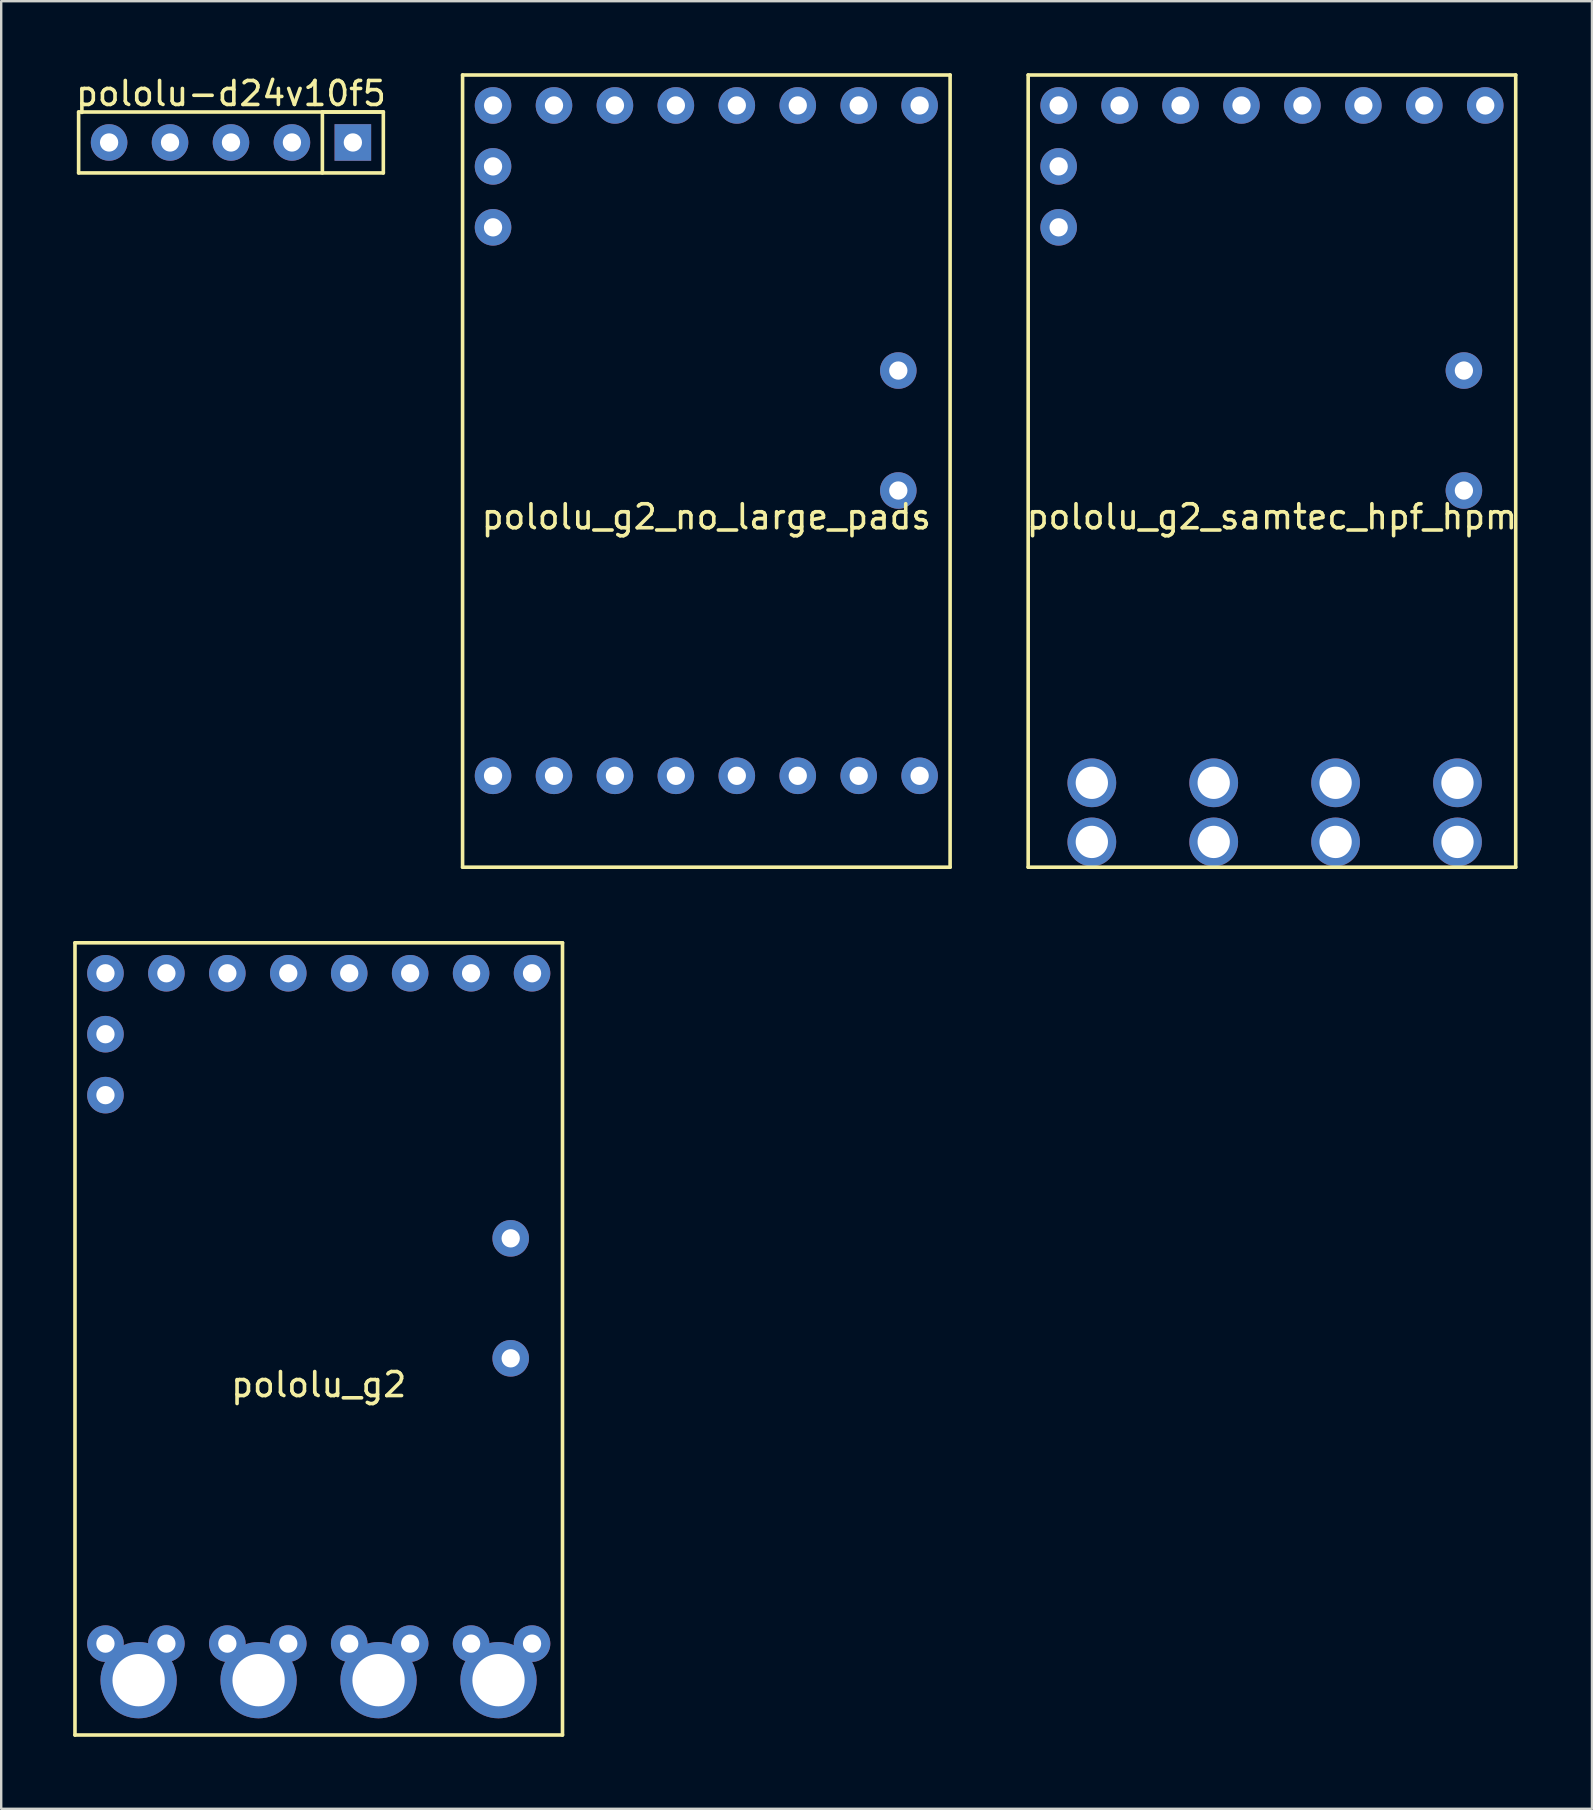
<source format=kicad_pcb>
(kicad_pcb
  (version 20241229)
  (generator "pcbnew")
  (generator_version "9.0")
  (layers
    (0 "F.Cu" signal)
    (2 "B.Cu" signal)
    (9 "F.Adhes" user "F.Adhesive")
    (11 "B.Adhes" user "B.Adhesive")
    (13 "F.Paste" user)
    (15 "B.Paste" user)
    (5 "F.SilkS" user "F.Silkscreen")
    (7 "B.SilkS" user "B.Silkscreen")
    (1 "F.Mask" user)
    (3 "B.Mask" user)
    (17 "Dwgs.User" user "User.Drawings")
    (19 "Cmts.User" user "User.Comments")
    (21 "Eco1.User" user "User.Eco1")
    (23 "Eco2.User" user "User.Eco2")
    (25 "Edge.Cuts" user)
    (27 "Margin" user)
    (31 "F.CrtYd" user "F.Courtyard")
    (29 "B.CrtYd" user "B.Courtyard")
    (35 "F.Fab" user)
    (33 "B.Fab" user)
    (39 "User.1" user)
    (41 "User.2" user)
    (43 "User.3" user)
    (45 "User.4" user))
  (footprint "pololu_g2_samtec_hpf_hpm"
    (layer "F.Cu")
    (at 49.595 17.229)
    (property "Reference" "pololu_g2_samtec_hpf_hpm" (at 0.369 1.261 0) (layer "F.SilkS") (effects (font (size 1 1) (thickness 0.15))))
    (attr through_hole)
    (fp_line (start -9.791 -17.154) (end -9.791 15.866) (stroke (width 0.15) (type solid)) (layer "F.SilkS"))
    (fp_line (start -9.791 15.866) (end 10.529 15.866) (stroke (width 0.15) (type solid)) (layer "F.SilkS"))
    (fp_line (start 10.529 -17.154) (end -9.791 -17.154) (stroke (width 0.15) (type solid)) (layer "F.SilkS"))
    (fp_line (start 10.529 15.866) (end 10.529 -17.154) (stroke (width 0.15) (type solid)) (layer "F.SilkS"))
    (pad "1" thru_hole circle (at 9.259 -15.884) (size 1.524 1.524) (drill 0.762) (layers "*.Cu" "*.Mask"))
    (pad "2" thru_hole circle (at 6.719 -15.884) (size 1.524 1.524) (drill 0.762) (layers "*.Cu" "*.Mask"))
    (pad "3" thru_hole circle (at 4.179 -15.884) (size 1.524 1.524) (drill 0.762) (layers "*.Cu" "*.Mask"))
    (pad "4" thru_hole circle (at 1.639 -15.884) (size 1.524 1.524) (drill 0.762) (layers "*.Cu" "*.Mask"))
    (pad "5" thru_hole circle (at -0.901 -15.884) (size 1.524 1.524) (drill 0.762) (layers "*.Cu" "*.Mask"))
    (pad "6" thru_hole circle (at -3.441 -15.884) (size 1.524 1.524) (drill 0.762) (layers "*.Cu" "*.Mask"))
    (pad "7" thru_hole circle (at -5.981 -15.884) (size 1.524 1.524) (drill 0.762) (layers "*.Cu" "*.Mask"))
    (pad "8" thru_hole circle (at -8.521 -15.884) (size 1.524 1.524) (drill 0.762) (layers "*.Cu" "*.Mask"))
    (pad "9" thru_hole circle (at -8.521 -13.344) (size 1.524 1.524) (drill 0.762) (layers "*.Cu" "*.Mask"))
    (pad "10" thru_hole circle (at -8.521 -10.804) (size 1.524 1.524) (drill 0.762) (layers "*.Cu" "*.Mask"))
    (pad "11" thru_hole circle (at -7.138 12.348) (size 2.032 2.032) (drill 1.346) (layers "*.Cu" "*.Mask"))
    (pad "11" thru_hole circle (at -7.138 14.812) (size 2.032 2.032) (drill 1.346) (layers "*.Cu" "*.Mask"))
    (pad "12" thru_hole circle (at -2.058 12.348) (size 2.032 2.032) (drill 1.346) (layers "*.Cu" "*.Mask"))
    (pad "12" thru_hole circle (at -2.058 14.812) (size 2.032 2.032) (drill 1.346) (layers "*.Cu" "*.Mask"))
    (pad "13" thru_hole circle (at 3.022 12.348) (size 2.032 2.032) (drill 1.346) (layers "*.Cu" "*.Mask"))
    (pad "13" thru_hole circle (at 3.022 14.812) (size 2.032 2.032) (drill 1.346) (layers "*.Cu" "*.Mask"))
    (pad "14" thru_hole circle (at 8.102 12.348) (size 2.032 2.032) (drill 1.346) (layers "*.Cu" "*.Mask"))
    (pad "14" thru_hole circle (at 8.102 14.812) (size 2.032 2.032) (drill 1.346) (layers "*.Cu" "*.Mask"))
    (pad "15" thru_hole circle (at 8.37 0.165) (size 1.524 1.524) (drill 0.762) (layers "*.Cu" "*.Mask"))
    (pad "16" thru_hole circle (at 8.37 -4.835) (size 1.524 1.524) (drill 0.762) (layers "*.Cu" "*.Mask")))
  (footprint "pololu_g2_no_large_pads"
    (layer "F.Cu")
    (at 26.021 17.229)
    (property "Reference" "pololu_g2_no_large_pads" (at 0.369 1.261 0) (layer "F.SilkS") (effects (font (size 1 1) (thickness 0.15))))
    (attr through_hole)
    (fp_line (start -9.791 -17.154) (end -9.791 15.866) (stroke (width 0.15) (type solid)) (layer "F.SilkS"))
    (fp_line (start -9.791 15.866) (end 10.529 15.866) (stroke (width 0.15) (type solid)) (layer "F.SilkS"))
    (fp_line (start 10.529 -17.154) (end -9.791 -17.154) (stroke (width 0.15) (type solid)) (layer "F.SilkS"))
    (fp_line (start 10.529 15.866) (end 10.529 -17.154) (stroke (width 0.15) (type solid)) (layer "F.SilkS"))
    (pad "1" thru_hole circle (at 9.259 -15.884) (size 1.524 1.524) (drill 0.762) (layers "*.Cu" "*.Mask"))
    (pad "2" thru_hole circle (at 6.719 -15.884) (size 1.524 1.524) (drill 0.762) (layers "*.Cu" "*.Mask"))
    (pad "3" thru_hole circle (at 4.179 -15.884) (size 1.524 1.524) (drill 0.762) (layers "*.Cu" "*.Mask"))
    (pad "4" thru_hole circle (at 1.639 -15.884) (size 1.524 1.524) (drill 0.762) (layers "*.Cu" "*.Mask"))
    (pad "5" thru_hole circle (at -0.901 -15.884) (size 1.524 1.524) (drill 0.762) (layers "*.Cu" "*.Mask"))
    (pad "6" thru_hole circle (at -3.441 -15.884) (size 1.524 1.524) (drill 0.762) (layers "*.Cu" "*.Mask"))
    (pad "7" thru_hole circle (at -5.981 -15.884) (size 1.524 1.524) (drill 0.762) (layers "*.Cu" "*.Mask"))
    (pad "8" thru_hole circle (at -8.521 -15.884) (size 1.524 1.524) (drill 0.762) (layers "*.Cu" "*.Mask"))
    (pad "9" thru_hole circle (at -8.521 -13.344) (size 1.524 1.524) (drill 0.762) (layers "*.Cu" "*.Mask"))
    (pad "10" thru_hole circle (at -8.521 -10.804) (size 1.524 1.524) (drill 0.762) (layers "*.Cu" "*.Mask"))
    (pad "11" thru_hole circle (at -8.521 12.056) (size 1.524 1.524) (drill 0.762) (layers "*.Cu" "*.Mask"))
    (pad "11" thru_hole circle (at -5.981 12.056) (size 1.524 1.524) (drill 0.762) (layers "*.Cu" "*.Mask"))
    (pad "12" thru_hole circle (at -3.441 12.056) (size 1.524 1.524) (drill 0.762) (layers "*.Cu" "*.Mask"))
    (pad "12" thru_hole circle (at -0.901 12.056) (size 1.524 1.524) (drill 0.762) (layers "*.Cu" "*.Mask"))
    (pad "13" thru_hole circle (at 1.639 12.056) (size 1.524 1.524) (drill 0.762) (layers "*.Cu" "*.Mask"))
    (pad "13" thru_hole circle (at 4.179 12.056) (size 1.524 1.524) (drill 0.762) (layers "*.Cu" "*.Mask"))
    (pad "14" thru_hole circle (at 6.719 12.056) (size 1.524 1.524) (drill 0.762) (layers "*.Cu" "*.Mask"))
    (pad "14" thru_hole circle (at 9.259 12.056) (size 1.524 1.524) (drill 0.762) (layers "*.Cu" "*.Mask"))
    (pad "15" thru_hole circle (at 8.37 0.165) (size 1.524 1.524) (drill 0.762) (layers "*.Cu" "*.Mask"))
    (pad "16" thru_hole circle (at 8.37 -4.835) (size 1.524 1.524) (drill 0.762) (layers "*.Cu" "*.Mask")))
  (footprint "pololu_g2"
    (layer "F.Cu")
    (at 9.866 53.399)
    (property "Reference" "pololu_g2" (at 0.369 1.261 0) (layer "F.SilkS") (effects (font (size 1 1) (thickness 0.15))))
    (attr through_hole)
    (fp_line (start -9.791 -17.154) (end -9.791 15.866) (stroke (width 0.15) (type solid)) (layer "F.SilkS"))
    (fp_line (start -9.791 15.866) (end 10.529 15.866) (stroke (width 0.15) (type solid)) (layer "F.SilkS"))
    (fp_line (start 10.529 -17.154) (end -9.791 -17.154) (stroke (width 0.15) (type solid)) (layer "F.SilkS"))
    (fp_line (start 10.529 15.866) (end 10.529 -17.154) (stroke (width 0.15) (type solid)) (layer "F.SilkS"))
    (pad "1" thru_hole circle (at 9.259 -15.884) (size 1.524 1.524) (drill 0.762) (layers "*.Cu" "*.Mask"))
    (pad "2" thru_hole circle (at 6.719 -15.884) (size 1.524 1.524) (drill 0.762) (layers "*.Cu" "*.Mask"))
    (pad "3" thru_hole circle (at 4.179 -15.884) (size 1.524 1.524) (drill 0.762) (layers "*.Cu" "*.Mask"))
    (pad "4" thru_hole circle (at 1.639 -15.884) (size 1.524 1.524) (drill 0.762) (layers "*.Cu" "*.Mask"))
    (pad "5" thru_hole circle (at -0.901 -15.884) (size 1.524 1.524) (drill 0.762) (layers "*.Cu" "*.Mask"))
    (pad "6" thru_hole circle (at -3.441 -15.884) (size 1.524 1.524) (drill 0.762) (layers "*.Cu" "*.Mask"))
    (pad "7" thru_hole circle (at -5.981 -15.884) (size 1.524 1.524) (drill 0.762) (layers "*.Cu" "*.Mask"))
    (pad "8" thru_hole circle (at -8.521 -15.884) (size 1.524 1.524) (drill 0.762) (layers "*.Cu" "*.Mask"))
    (pad "9" thru_hole circle (at -8.521 -13.344) (size 1.524 1.524) (drill 0.762) (layers "*.Cu" "*.Mask"))
    (pad "10" thru_hole circle (at -8.521 -10.804) (size 1.524 1.524) (drill 0.762) (layers "*.Cu" "*.Mask"))
    (pad "11" thru_hole circle (at -8.521 12.056) (size 1.524 1.524) (drill 0.762) (layers "*.Cu" "*.Mask"))
    (pad "11" thru_hole circle (at -7.138 13.58) (size 3.18 3.18) (drill 2.18) (layers "*.Cu" "*.Mask"))
    (pad "11" thru_hole circle (at -5.981 12.056) (size 1.524 1.524) (drill 0.762) (layers "*.Cu" "*.Mask"))
    (pad "12" thru_hole circle (at -3.441 12.056) (size 1.524 1.524) (drill 0.762) (layers "*.Cu" "*.Mask"))
    (pad "12" thru_hole circle (at -2.138 13.58) (size 3.18 3.18) (drill 2.18) (layers "*.Cu" "*.Mask"))
    (pad "12" thru_hole circle (at -0.901 12.056) (size 1.524 1.524) (drill 0.762) (layers "*.Cu" "*.Mask"))
    (pad "13" thru_hole circle (at 1.639 12.056) (size 1.524 1.524) (drill 0.762) (layers "*.Cu" "*.Mask"))
    (pad "13" thru_hole circle (at 2.862 13.58) (size 3.18 3.18) (drill 2.18) (layers "*.Cu" "*.Mask"))
    (pad "13" thru_hole circle (at 4.179 12.056) (size 1.524 1.524) (drill 0.762) (layers "*.Cu" "*.Mask"))
    (pad "14" thru_hole circle (at 6.719 12.056) (size 1.524 1.524) (drill 0.762) (layers "*.Cu" "*.Mask"))
    (pad "14" thru_hole circle (at 7.862 13.58) (size 3.18 3.18) (drill 2.18) (layers "*.Cu" "*.Mask"))
    (pad "14" thru_hole circle (at 9.259 12.056) (size 1.524 1.524) (drill 0.762) (layers "*.Cu" "*.Mask"))
    (pad "15" thru_hole circle (at 8.37 0.165) (size 1.524 1.524) (drill 0.762) (layers "*.Cu" "*.Mask"))
    (pad "16" thru_hole circle (at 8.37 -4.835) (size 1.524 1.524) (drill 0.762) (layers "*.Cu" "*.Mask")))
  (footprint "pololu-d24v10f5"
    (layer "F.Cu")
    (at 6.577 0.348)
    (property "Reference" "pololu-d24v10f5" (at 0 0.5 0) (layer "F.SilkS") (effects (font (size 1 1) (thickness 0.15))))
    (attr through_hole)
    (fp_line (start -6.35 1.27) (end -6.35 3.81) (stroke (width 0.15) (type solid)) (layer "F.SilkS"))
    (fp_line (start -6.35 3.81) (end 6.35 3.81) (stroke (width 0.15) (type solid)) (layer "F.SilkS"))
    (fp_line (start 3.81 1.27) (end 3.81 3.81) (stroke (width 0.15) (type solid)) (layer "F.SilkS"))
    (fp_line (start 6.35 1.27) (end -6.35 1.27) (stroke (width 0.15) (type solid)) (layer "F.SilkS"))
    (fp_line (start 6.35 1.27) (end 3.81 1.27) (stroke (width 0.15) (type solid)) (layer "F.SilkS"))
    (fp_line (start 6.35 3.81) (end 6.35 1.27) (stroke (width 0.15) (type solid)) (layer "F.SilkS"))
    (pad "1" thru_hole rect (at 5.08 2.54) (size 1.524 1.524) (drill 0.762) (layers "*.Cu" "*.Mask"))
    (pad "2" thru_hole circle (at 2.54 2.54) (size 1.524 1.524) (drill 0.762) (layers "*.Cu" "*.Mask"))
    (pad "3" thru_hole circle (at 0 2.54) (size 1.524 1.524) (drill 0.762) (layers "*.Cu" "*.Mask"))
    (pad "4" thru_hole circle (at -2.54 2.54) (size 1.524 1.524) (drill 0.762) (layers "*.Cu" "*.Mask"))
    (pad "5" thru_hole circle (at -5.08 2.54) (size 1.524 1.524) (drill 0.762) (layers "*.Cu" "*.Mask")))
  (gr_rect
    (start -3 -3)
    (end 63.303 72.34)
    (stroke (width 0.1) (type default))
    (fill no)
    (layer "Edge.Cuts")))
</source>
